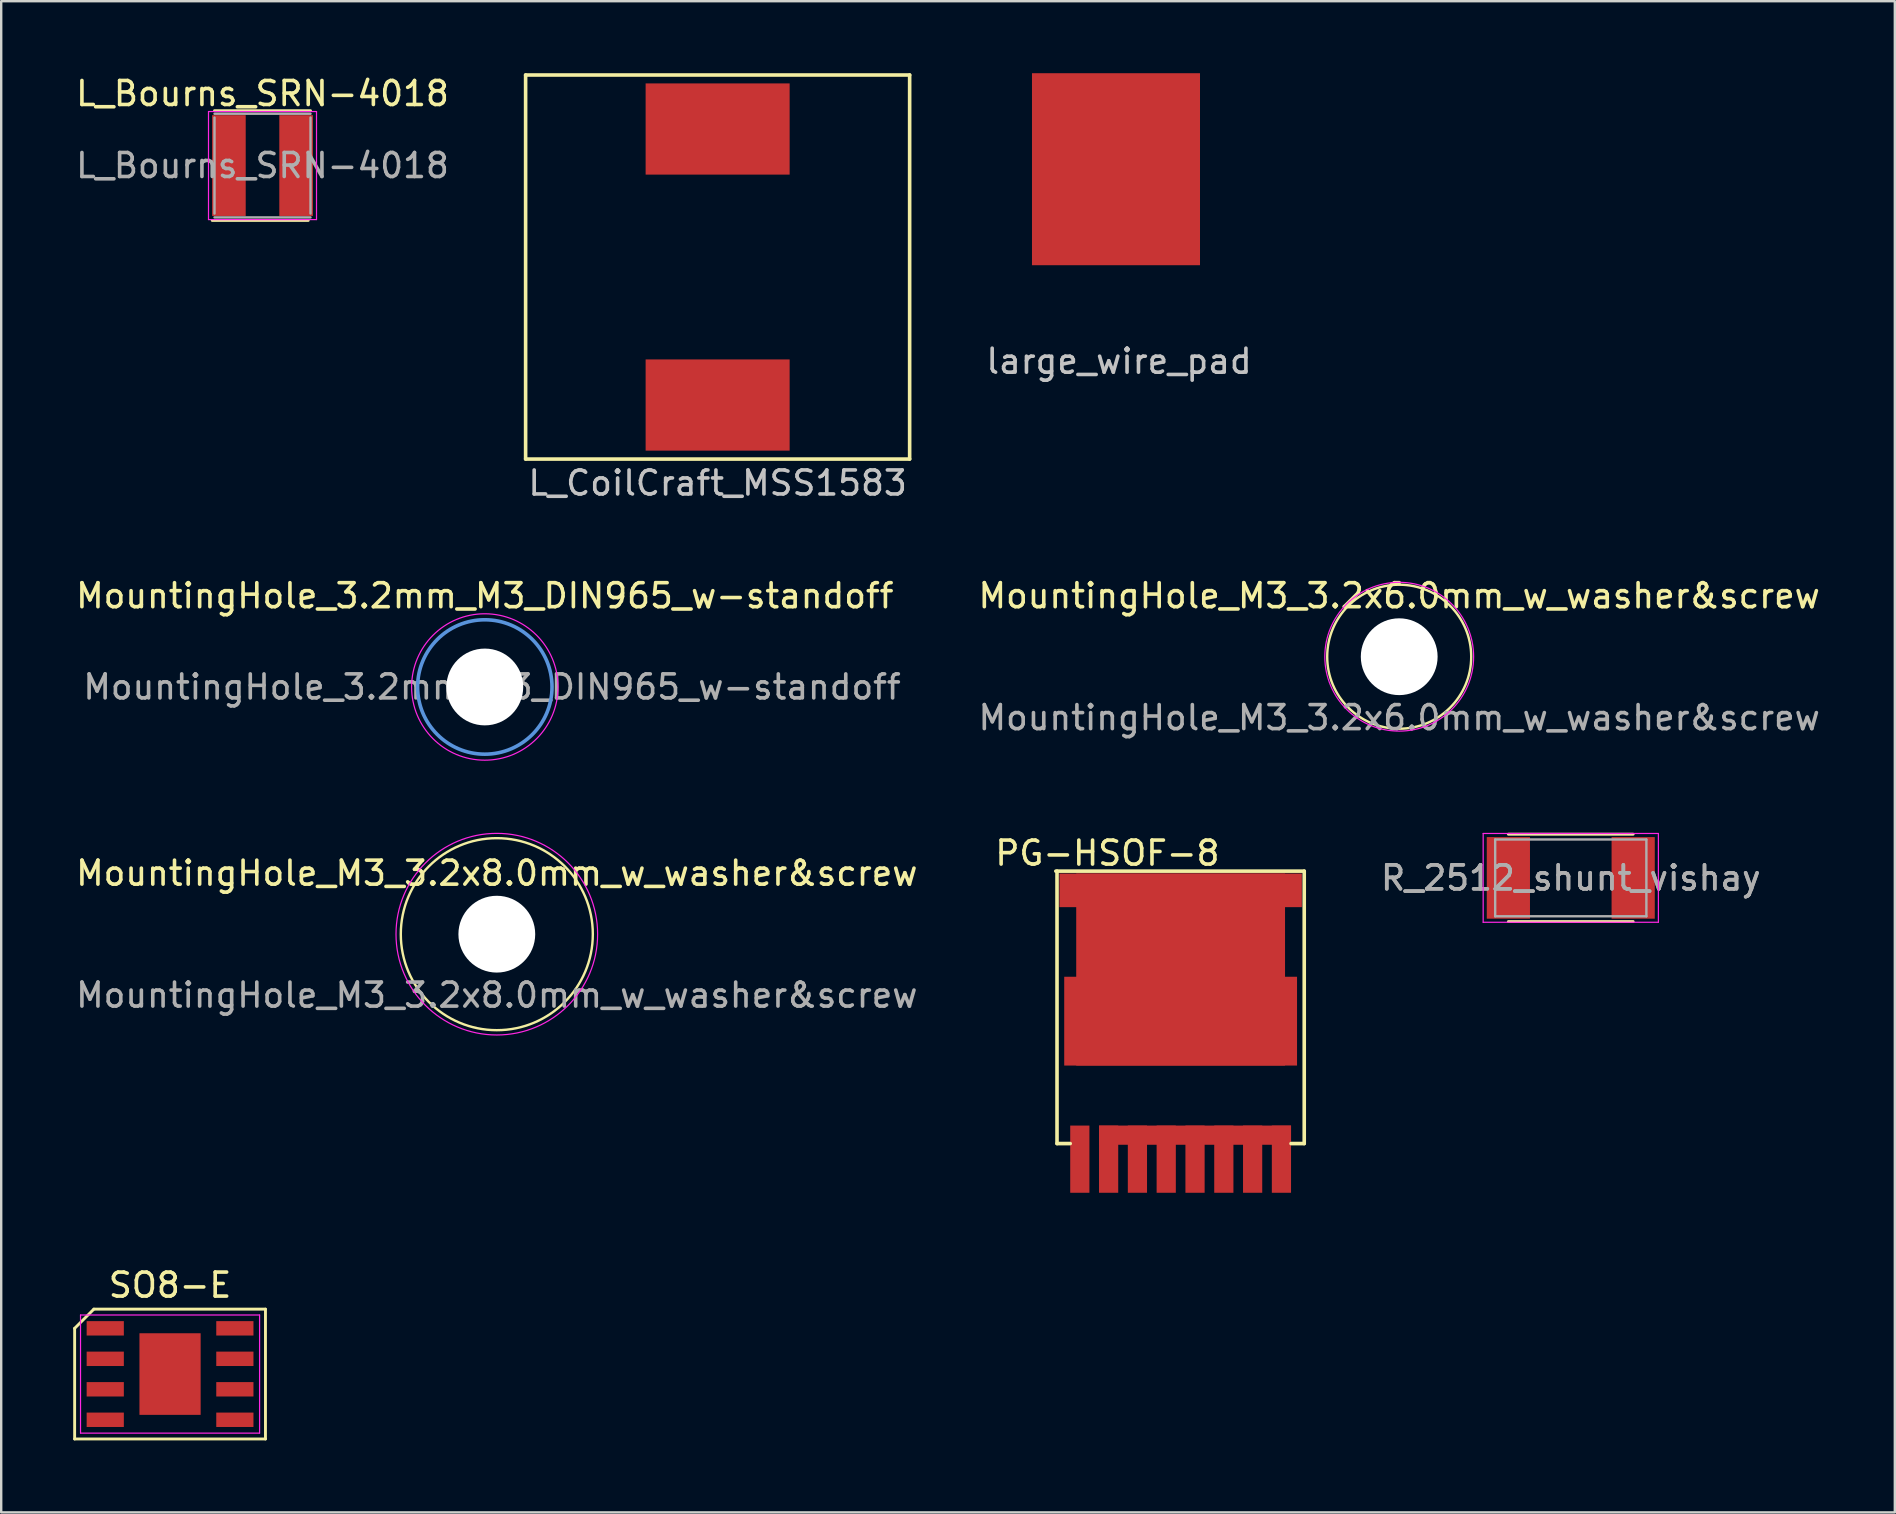
<source format=kicad_pcb>
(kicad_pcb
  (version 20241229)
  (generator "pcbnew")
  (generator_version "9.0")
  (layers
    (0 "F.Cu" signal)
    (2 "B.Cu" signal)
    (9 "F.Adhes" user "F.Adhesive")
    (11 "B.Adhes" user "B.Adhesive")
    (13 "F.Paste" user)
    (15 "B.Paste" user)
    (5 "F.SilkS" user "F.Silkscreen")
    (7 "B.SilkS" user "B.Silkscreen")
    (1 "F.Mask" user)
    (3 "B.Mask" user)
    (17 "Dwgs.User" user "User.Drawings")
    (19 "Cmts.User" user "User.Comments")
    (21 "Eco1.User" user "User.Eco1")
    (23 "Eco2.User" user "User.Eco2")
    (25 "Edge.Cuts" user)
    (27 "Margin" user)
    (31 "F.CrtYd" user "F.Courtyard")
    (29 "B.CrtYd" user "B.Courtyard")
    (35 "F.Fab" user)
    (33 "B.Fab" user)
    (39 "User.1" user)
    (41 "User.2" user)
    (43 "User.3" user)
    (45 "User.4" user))
  (footprint "L_Bourns_SRN-4018"
    (layer "F.Cu")
    (at 7.887 3.848)
    (property "Reference" "L_Bourns_SRN-4018" (at 0 -3 0) (layer "F.SilkS") (effects (font (size 1 1) (thickness 0.15))))
    (attr smd)
    (fp_line (start -2.095 2.286) (end 1.905 2.286) (stroke (width 0.12) (type solid)) (layer "F.SilkS"))
    (fp_line (start -2 -2.286) (end 2 -2.286) (stroke (width 0.12) (type solid)) (layer "F.SilkS"))
    (fp_line (start -2.25 -2.25) (end -2.25 2.25) (stroke (width 0.05) (type solid)) (layer "F.CrtYd"))
    (fp_line (start -2.25 2.25) (end 2.25 2.25) (stroke (width 0.05) (type solid)) (layer "F.CrtYd"))
    (fp_line (start 2.25 -2.25) (end -2.25 -2.25) (stroke (width 0.05) (type solid)) (layer "F.CrtYd"))
    (fp_line (start 2.25 2.25) (end 2.25 -2.25) (stroke (width 0.05) (type solid)) (layer "F.CrtYd"))
    (fp_line (start -2 -2) (end -2 2) (stroke (width 0.1) (type solid)) (layer "F.Fab"))
    (fp_line (start -2 2.159) (end 2 2.159) (stroke (width 0.1) (type solid)) (layer "F.Fab"))
    (fp_line (start 2 -2.159) (end -2 -2.159) (stroke (width 0.1) (type solid)) (layer "F.Fab"))
    (fp_line (start 2 2) (end 2 -2) (stroke (width 0.1) (type solid)) (layer "F.Fab"))
    (fp_text user "${REFERENCE}" (at 0 0 0) (layer "F.Fab") (effects (font (size 1 1) (thickness 0.15))))
    (pad "1" smd rect (at -1.4 0) (size 1.4 4.2) (layers "F.Cu" "F.Mask" "F.Paste"))
    (pad "2" smd rect (at 1.4 0) (size 1.4 4.2) (layers "F.Cu" "F.Mask" "F.Paste")))
  (footprint "large_wire_pad"
    (layer "F.Cu")
    (at 43.446 4)
    (property "Reference" "large_wire_pad" (at 0.127 8.001 0) (layer "Dwgs.User") (effects (font (size 1 1) (thickness 0.15))))
    (attr through_hole)
    (pad "1" smd rect (at 0 0) (size 7 8) (layers "F.Cu" "F.Mask" "F.Paste")))
  (footprint "PG-HSOF-8"
    (layer "F.Cu")
    (at 46.139 37.345)
    (property "Reference" "PG-HSOF-8" (at -3.05 -4.85 0) (layer "F.SilkS") (effects (font (size 1 1) (thickness 0.15))))
    (attr through_hole)
    (fp_line (start -5.2 -4.1) (end 5.15 -4.1) (stroke (width 0.15) (type solid)) (layer "F.SilkS"))
    (fp_line (start -5.15 -4.1) (end -5.15 7.25) (stroke (width 0.15) (type solid)) (layer "F.SilkS"))
    (fp_line (start -5.15 7.25) (end -4.6 7.25) (stroke (width 0.15) (type solid)) (layer "F.SilkS"))
    (fp_line (start 5.15 -4.1) (end 5.15 7.25) (stroke (width 0.15) (type solid)) (layer "F.SilkS"))
    (fp_line (start 5.15 7.25) (end 4.6 7.25) (stroke (width 0.15) (type solid)) (layer "F.SilkS"))
    (pad "1" smd rect (at 0 -3.3) (size 10.1 1.4) (layers "F.Cu" "F.Mask" "F.Paste"))
    (pad "1" smd rect (at 0 0) (size 8.7 8) (layers "F.Cu" "F.Mask" "F.Paste"))
    (pad "1" smd rect (at 0 2.15) (size 9.7 3.7) (layers "F.Cu" "F.Mask" "F.Paste"))
    (pad "2" smd rect (at -4.2 7.9) (size 0.8 2.8) (layers "F.Cu" "F.Mask" "F.Paste"))
    (pad "3" smd rect (at -3 7.9) (size 0.8 2.8) (layers "F.Cu" "F.Mask" "F.Paste"))
    (pad "3" smd rect (at -1.8 7.9) (size 0.8 2.8) (layers "F.Cu" "F.Mask" "F.Paste"))
    (pad "3" smd rect (at -0.6 7.9) (size 0.8 2.8) (layers "F.Cu" "F.Mask" "F.Paste"))
    (pad "3" smd rect (at 0.6 6.9) (size 8 0.8) (layers "F.Cu" "F.Mask" "F.Paste"))
    (pad "3" smd rect (at 0.6 7.9) (size 0.8 2.8) (layers "F.Cu" "F.Mask" "F.Paste"))
    (pad "3" smd rect (at 1.8 7.9) (size 0.8 2.8) (layers "F.Cu" "F.Mask" "F.Paste"))
    (pad "3" smd rect (at 3 7.9) (size 0.8 2.8) (layers "F.Cu" "F.Mask" "F.Paste"))
    (pad "3" smd rect (at 4.2 7.9) (size 0.8 2.8) (layers "F.Cu" "F.Mask" "F.Paste")))
  (footprint "MountingHole_3.2mm_M3_DIN965_w-standoff"
    (layer "F.Cu")
    (at 17.149 25.572)
    (property "Reference" "MountingHole_3.2mm_M3_DIN965_w-standoff" (at 0 -3.8 0) (layer "F.SilkS") (effects (font (size 1 1) (thickness 0.15))))
    (attr exclude_from_pos_files exclude_from_bom)
    (fp_circle (center 0 0) (end 2.8 0) (stroke (width 0.15) (type solid)) (fill no) (layer "Cmts.User"))
    (fp_circle (center 0 0) (end 3.05 0) (stroke (width 0.05) (type solid)) (fill no) (layer "F.CrtYd"))
    (fp_text user "${REFERENCE}" (at 0.3 0 0) (layer "F.Fab") (effects (font (size 1 1) (thickness 0.15))))
    (pad "" np_thru_hole circle (at 0 0) (size 3.2 3.2) (drill 3.2) (layers "*.Cu" "*.Mask")))
  (footprint "SO8-E"
    (layer "F.Cu")
    (at 4.035 54.198)
    (property "Reference" "SO8-E" (at 0 -3.705 0) (layer "F.SilkS") (effects (font (size 1 1) (thickness 0.15))))
    (attr smd)
    (fp_line (start -3.975 -1.905) (end -3.175 -2.705) (stroke (width 0.12) (type solid)) (layer "F.SilkS"))
    (fp_line (start -3.975 2.705) (end -3.975 -1.905) (stroke (width 0.12) (type solid)) (layer "F.SilkS"))
    (fp_line (start -3.175 -2.705) (end 3.975 -2.705) (stroke (width 0.12) (type solid)) (layer "F.SilkS"))
    (fp_line (start 3.975 -2.705) (end 3.975 2.705) (stroke (width 0.12) (type solid)) (layer "F.SilkS"))
    (fp_line (start 3.975 2.705) (end -3.975 2.705) (stroke (width 0.12) (type solid)) (layer "F.SilkS"))
    (fp_line (start -3.73 -2.46) (end 3.73 -2.46) (stroke (width 0.05) (type solid)) (layer "F.CrtYd"))
    (fp_line (start -3.73 2.46) (end -3.73 -2.46) (stroke (width 0.05) (type solid)) (layer "F.CrtYd"))
    (fp_line (start 3.73 -2.46) (end 3.73 2.46) (stroke (width 0.05) (type solid)) (layer "F.CrtYd"))
    (fp_line (start 3.73 2.46) (end -3.73 2.46) (stroke (width 0.05) (type solid)) (layer "F.CrtYd"))
    (pad "1" smd rect (at -2.7 -1.905 270) (size 0.6 1.55) (layers "F.Cu" "F.Mask" "F.Paste"))
    (pad "2" smd rect (at -2.7 -0.635 270) (size 0.6 1.55) (layers "F.Cu" "F.Mask" "F.Paste"))
    (pad "3" smd rect (at -2.7 0.635 270) (size 0.6 1.55) (layers "F.Cu" "F.Mask" "F.Paste"))
    (pad "4" smd rect (at -2.7 1.905 270) (size 0.6 1.55) (layers "F.Cu" "F.Mask" "F.Paste"))
    (pad "5" smd rect (at 2.7 1.905 270) (size 0.6 1.55) (layers "F.Cu" "F.Mask" "F.Paste"))
    (pad "6" smd rect (at 2.7 0.635 270) (size 0.6 1.55) (layers "F.Cu" "F.Mask" "F.Paste"))
    (pad "7" smd rect (at 2.7 -0.635 270) (size 0.6 1.55) (layers "F.Cu" "F.Mask" "F.Paste"))
    (pad "8" smd rect (at 2.7 -1.905 270) (size 0.6 1.55) (layers "F.Cu" "F.Mask" "F.Paste"))
    (pad "9" smd rect (at 0 0 270) (size 3.4 2.55) (layers "F.Cu" "F.Mask" "F.Paste")))
  (footprint "R_2512_shunt_vishay"
    (layer "F.Cu")
    (at 62.394 33.526)
    (property "Reference" "R_2512_shunt_vishay" (at 0 0 0) (layer "F.Fab") (effects (font (size 1 1) (thickness 0.15))))
    (attr smd)
    (fp_line (start -2.6 -1.82) (end 2.6 -1.82) (stroke (width 0.12) (type solid)) (layer "F.SilkS"))
    (fp_line (start 2.6 1.82) (end -2.6 1.82) (stroke (width 0.12) (type solid)) (layer "F.SilkS"))
    (fp_line (start -3.65 -1.85) (end -3.65 1.85) (stroke (width 0.05) (type solid)) (layer "F.CrtYd"))
    (fp_line (start -3.65 -1.85) (end 3.65 -1.85) (stroke (width 0.05) (type solid)) (layer "F.CrtYd"))
    (fp_line (start -3.65 1.85) (end 3.65 1.85) (stroke (width 0.05) (type solid)) (layer "F.CrtYd"))
    (fp_line (start 3.65 1.85) (end 3.65 -1.85) (stroke (width 0.05) (type solid)) (layer "F.CrtYd"))
    (fp_line (start -3.15 -1.6) (end 3.15 -1.6) (stroke (width 0.1) (type solid)) (layer "F.Fab"))
    (fp_line (start -3.15 1.6) (end -3.15 -1.6) (stroke (width 0.1) (type solid)) (layer "F.Fab"))
    (fp_line (start 3.15 -1.6) (end 3.15 1.6) (stroke (width 0.1) (type solid)) (layer "F.Fab"))
    (fp_line (start 3.15 1.6) (end -3.15 1.6) (stroke (width 0.1) (type solid)) (layer "F.Fab"))
    (fp_text user "${REFERENCE}" (at 0 0 0) (layer "F.Fab") (effects (font (size 1 1) (thickness 0.15))))
    (pad "1" smd rect (at -2.6 0) (size 1.8 3.4) (layers "F.Cu" "F.Mask" "F.Paste"))
    (pad "2" smd rect (at 2.6 0) (size 1.8 3.4) (layers "F.Cu" "F.Mask" "F.Paste")))
  (footprint "L_CoilCraft_MSS1583"
    (layer "F.Cu")
    (at 26.849 8.575)
    (property "Reference" "L_CoilCraft_MSS1583" (at 0 8.5 0) (layer "Dwgs.User") (effects (font (size 1 1) (thickness 0.15))))
    (attr through_hole)
    (fp_line (start -8 -8.5) (end 8 -8.5) (stroke (width 0.15) (type solid)) (layer "F.SilkS"))
    (fp_line (start -8 7.5) (end -8 -8.5) (stroke (width 0.15) (type solid)) (layer "F.SilkS"))
    (fp_line (start 8 -8.5) (end 8 7.5) (stroke (width 0.15) (type solid)) (layer "F.SilkS"))
    (fp_line (start 8 7.5) (end -8 7.5) (stroke (width 0.15) (type solid)) (layer "F.SilkS"))
    (pad "1" smd rect (at 0 -6.25) (size 6 3.8) (layers "F.Cu" "F.Mask" "F.Paste"))
    (pad "2" smd rect (at 0 5.25) (size 6 3.8) (layers "F.Cu" "F.Mask" "F.Paste")))
  (footprint "MountingHole_M3_3.2x8.0mm_w_washer&screw"
    (layer "F.Cu")
    (at 17.649 35.871)
    (property "Reference" "MountingHole_M3_3.2x8.0mm_w_washer&screw" (at 0 -2.54 0) (layer "F.SilkS") (effects (font (size 1 1) (thickness 0.15))))
    (attr exclude_from_pos_files exclude_from_bom)
    (fp_circle (center 0 0) (end 4 0) (stroke (width 0.1) (type solid)) (fill no) (layer "F.SilkS"))
    (fp_circle (center 0 0) (end 4.2 0) (stroke (width 0.05) (type solid)) (fill no) (layer "F.CrtYd"))
    (fp_text user "${REFERENCE}" (at 0 2.54 0) (layer "F.Fab") (effects (font (size 1 1) (thickness 0.15))))
    (pad "" np_thru_hole circle (at 0 0) (size 3.2 3.2) (drill 3.2) (layers "*.Cu" "*.Mask")))
  (footprint "MountingHole_M3_3.2x6.0mm_w_washer&screw"
    (layer "F.Cu")
    (at 55.246 24.311)
    (property "Reference" "MountingHole_M3_3.2x6.0mm_w_washer&screw" (at 0 -2.54 0) (layer "F.SilkS") (effects (font (size 1 1) (thickness 0.15))))
    (attr exclude_from_pos_files exclude_from_bom)
    (fp_circle (center 0 0) (end 3 0) (stroke (width 0.1) (type solid)) (fill no) (layer "F.SilkS"))
    (fp_circle (center 0 0) (end 3.1 0) (stroke (width 0.05) (type solid)) (fill no) (layer "F.CrtYd"))
    (fp_text user "${REFERENCE}" (at 0 2.54 0) (layer "F.Fab") (effects (font (size 1 1) (thickness 0.15))))
    (pad "" np_thru_hole circle (at 0 0) (size 3.2 3.2) (drill 3.2) (layers "*.Cu" "*.Mask")))
  (gr_rect
    (start -3 -3)
    (end 75.895 59.963)
    (stroke (width 0.1) (type default))
    (fill no)
    (layer "Edge.Cuts")))
</source>
